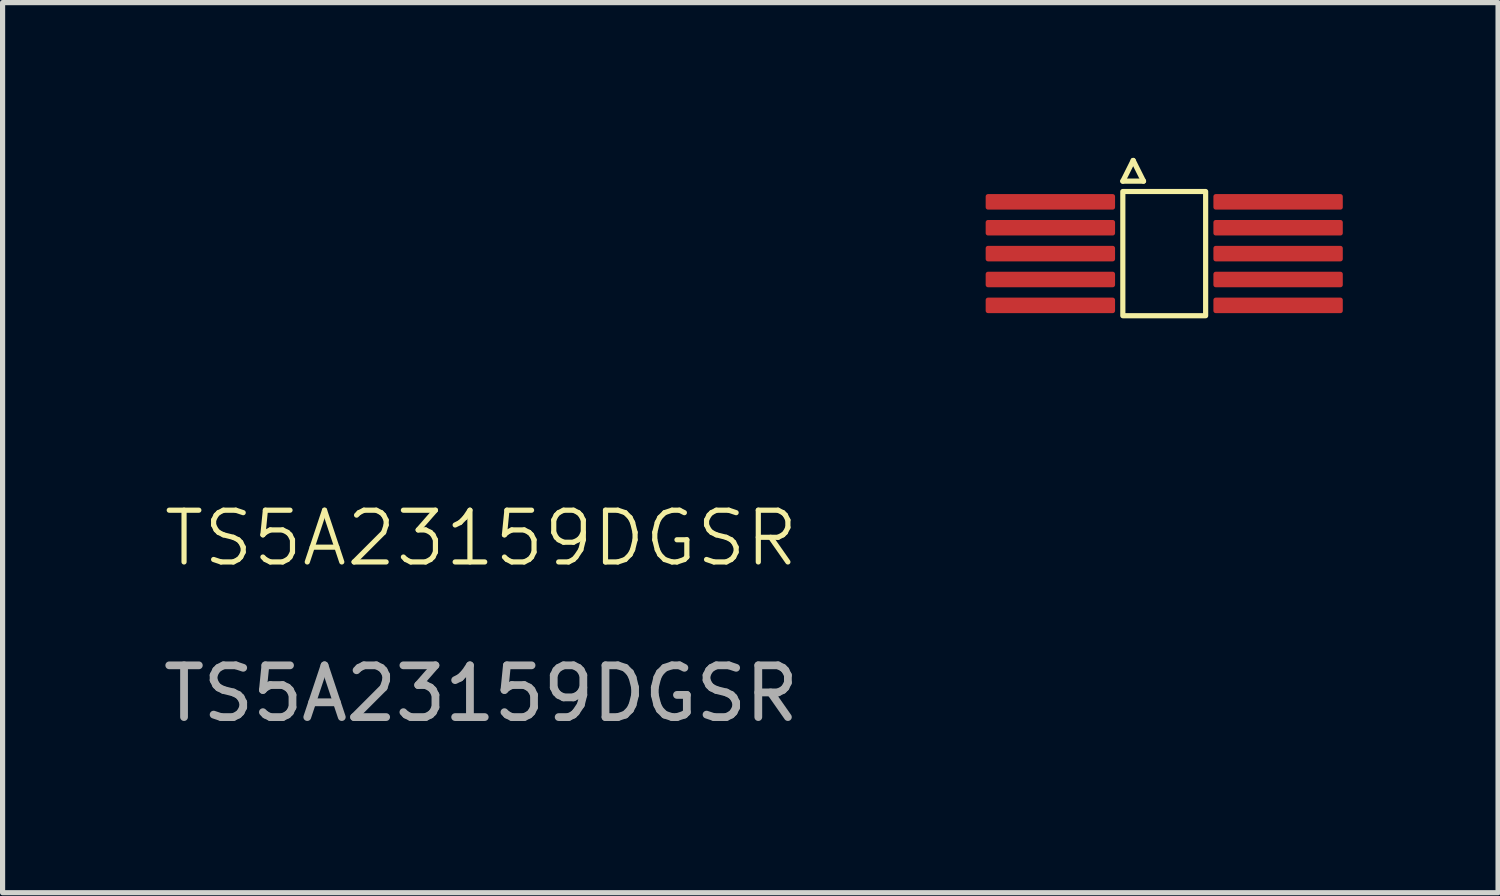
<source format=kicad_pcb>
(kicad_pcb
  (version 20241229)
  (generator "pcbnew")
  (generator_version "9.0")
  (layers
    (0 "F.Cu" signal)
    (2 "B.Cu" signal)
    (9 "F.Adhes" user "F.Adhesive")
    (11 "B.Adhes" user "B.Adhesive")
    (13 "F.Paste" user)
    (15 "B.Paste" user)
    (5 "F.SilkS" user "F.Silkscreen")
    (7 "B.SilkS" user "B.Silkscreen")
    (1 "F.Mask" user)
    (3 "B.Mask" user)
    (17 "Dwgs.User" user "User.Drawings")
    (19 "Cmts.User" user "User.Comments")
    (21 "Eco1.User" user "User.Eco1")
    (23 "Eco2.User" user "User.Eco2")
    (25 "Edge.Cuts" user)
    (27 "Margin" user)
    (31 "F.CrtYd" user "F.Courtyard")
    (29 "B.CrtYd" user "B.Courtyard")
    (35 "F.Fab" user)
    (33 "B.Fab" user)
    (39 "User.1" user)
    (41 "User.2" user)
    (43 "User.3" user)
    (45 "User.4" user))
  (footprint "TS5A23159DGSR"
    (layer "F.Cu")
    (at 6.244 7.85)
    (property "Reference" "TS5A23159DGSR" (at 0 -0.5 0) (unlocked yes) (layer "F.SilkS") (effects (font (size 1 1) (thickness 0.1))))
    (attr smd)
    (fp_line (start 12.4 -7.4) (end 12.6 -7.8) (stroke (width 0.1) (type default)) (layer "F.SilkS"))
    (fp_line (start 12.6 -7.8) (end 12.8 -7.4) (stroke (width 0.1) (type default)) (layer "F.SilkS"))
    (fp_line (start 12.8 -7.4) (end 12.4 -7.4) (stroke (width 0.1) (type default)) (layer "F.SilkS"))
    (fp_rect (start 12.4 -7.2) (end 14 -4.8) (stroke (width 0.1) (type default)) (fill no) (layer "F.SilkS"))
    (fp_text user "${REFERENCE}" (at 0 2.5 0) (unlocked yes) (layer "F.Fab") (effects (font (size 1 1) (thickness 0.15))))
    (pad "1" smd roundrect (at 11 -7) (size 2.5 0.3) (layers "F.Cu" "F.Mask" "F.Paste") (roundrect_rratio 0.15))
    (pad "1" smd roundrect (at 11 -6.5) (size 2.5 0.3) (layers "F.Cu" "F.Mask" "F.Paste") (roundrect_rratio 0.15))
    (pad "1" smd roundrect (at 11 -6) (size 2.5 0.3) (layers "F.Cu" "F.Mask" "F.Paste") (roundrect_rratio 0.15))
    (pad "1" smd roundrect (at 11 -5.5) (size 2.5 0.3) (layers "F.Cu" "F.Mask" "F.Paste") (roundrect_rratio 0.15))
    (pad "1" smd roundrect (at 11 -5) (size 2.5 0.3) (layers "F.Cu" "F.Mask" "F.Paste") (roundrect_rratio 0.15))
    (pad "1" smd roundrect (at 15.4 -7) (size 2.5 0.3) (layers "F.Cu" "F.Mask" "F.Paste") (roundrect_rratio 0.15))
    (pad "1" smd roundrect (at 15.4 -6.5) (size 2.5 0.3) (layers "F.Cu" "F.Mask" "F.Paste") (roundrect_rratio 0.15))
    (pad "1" smd roundrect (at 15.4 -6) (size 2.5 0.3) (layers "F.Cu" "F.Mask" "F.Paste") (roundrect_rratio 0.15))
    (pad "1" smd roundrect (at 15.4 -5.5) (size 2.5 0.3) (layers "F.Cu" "F.Mask" "F.Paste") (roundrect_rratio 0.15))
    (pad "1" smd roundrect (at 15.4 -5) (size 2.5 0.3) (layers "F.Cu" "F.Mask" "F.Paste") (roundrect_rratio 0.15)))
  (gr_rect
    (start -3 -3)
    (end 25.894 14.198)
    (stroke (width 0.1) (type default))
    (fill no)
    (layer "Edge.Cuts")))
</source>
